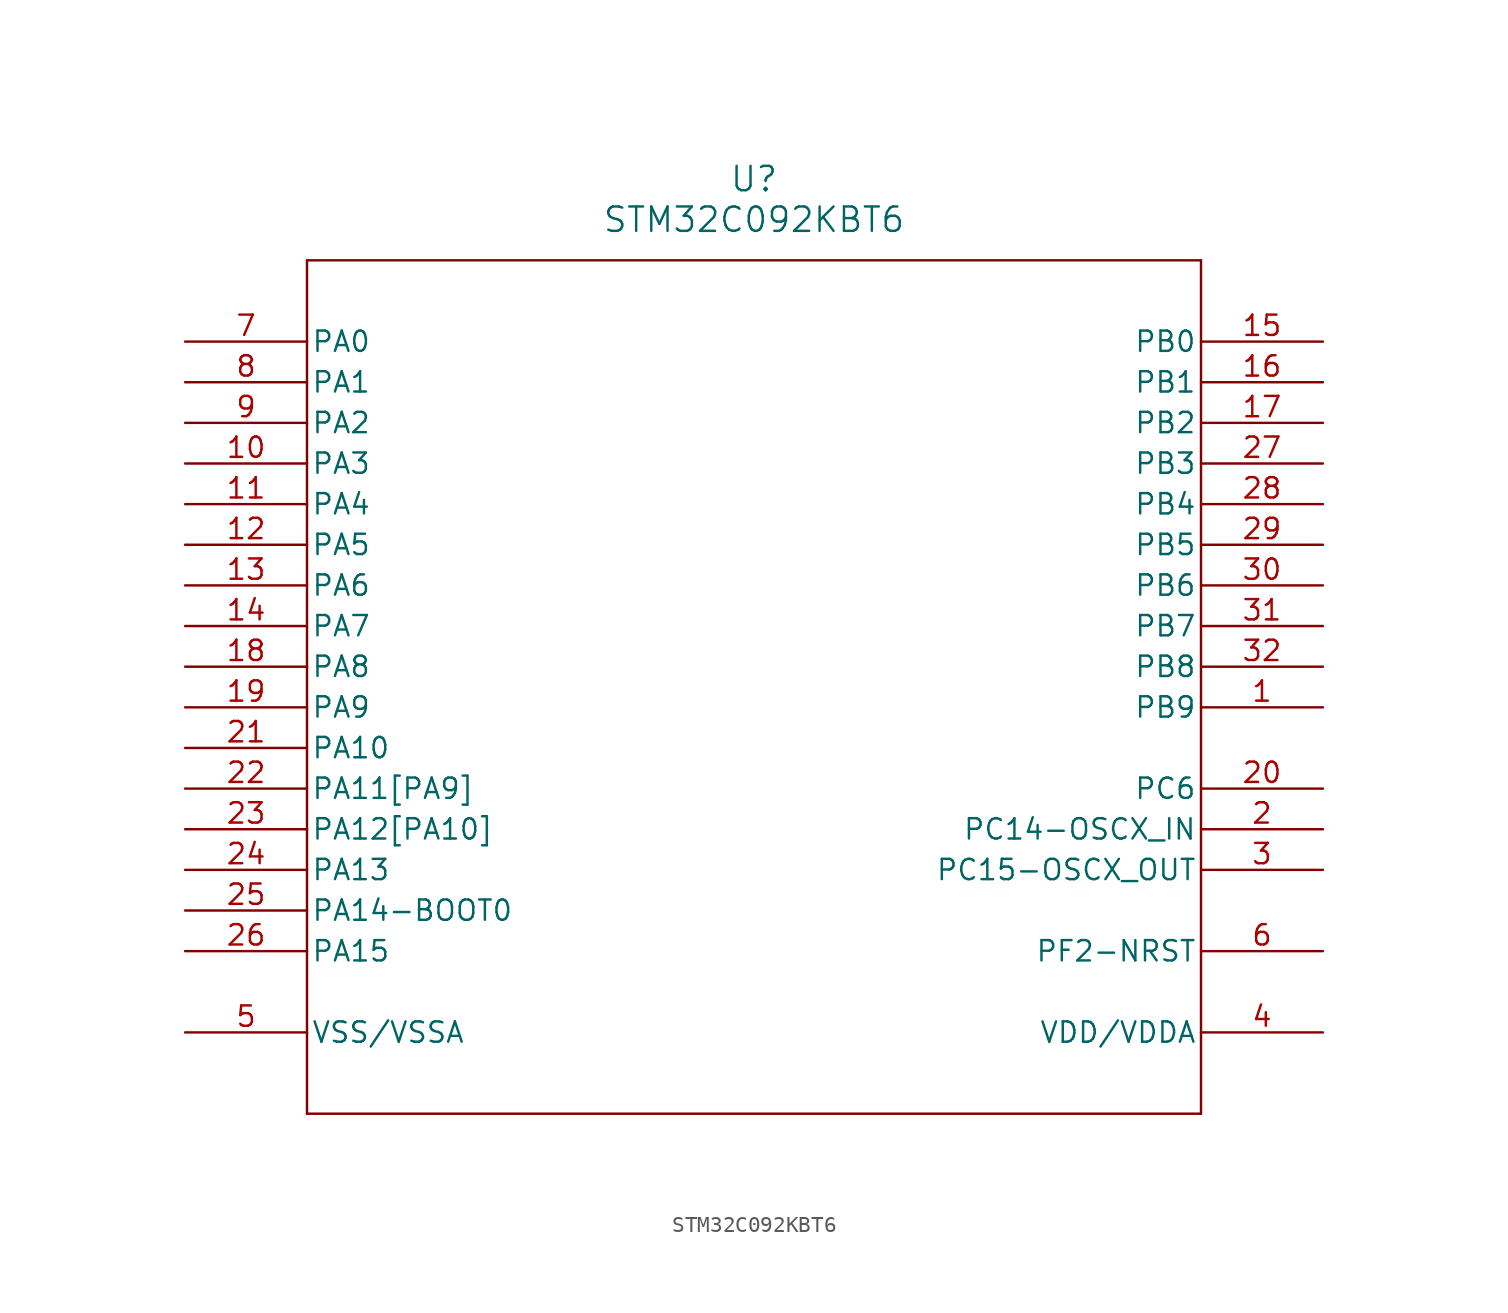
<source format=kicad_sym>
(kicad_symbol_lib
  (version 20211014)
  (generator kicad_symbol_editor)
  (symbol "STM32C092KBT6"
    (pin_names
      (offset 0.254))
    (property "Reference" "U"
      (at 35.56 10.16 0)
      (effects (font (size 1.524 1.524))))
    (property "Value" "STM32C092KBT6"
      (at 35.56 7.62 0)
      (effects (font (size 1.524 1.524))))
    (symbol "STM32C092KBT6_0_1"
      (polyline (pts (xy 7.62 5.08) (xy 7.62 -48.26)) (stroke (width 0) (type default) (color 0 0 0 0)) (fill (type none)))
      (polyline (pts (xy 7.62 -48.26) (xy 63.5 -48.26)) (stroke (width 0) (type default) (color 0 0 0 0)) (fill (type none)))
      (polyline (pts (xy 63.5 -48.26) (xy 63.5 5.08)) (stroke (width 0) (type default) (color 0 0 0 0)) (fill (type none)))
      (polyline (pts (xy 63.5 5.08) (xy 7.62 5.08)) (stroke (width 0) (type default) (color 0 0 0 0)) (fill (type none)))
      (pin bidirectional line (at 71.12 -22.86 180) (length 7.62) (name "PB9" (effects (font (size 1.27 1.27)))) (number "1" (effects (font (size 1.27 1.27)))))
      (pin bidirectional line (at 71.12 -30.48 180) (length 7.62) (name "PC14-OSCX_IN" (effects (font (size 1.27 1.27)))) (number "2" (effects (font (size 1.27 1.27)))))
      (pin bidirectional line (at 71.12 -33.02 180) (length 7.62) (name "PC15-OSCX_OUT" (effects (font (size 1.27 1.27)))) (number "3" (effects (font (size 1.27 1.27)))))
      (pin power_in line (at 71.12 -43.18 180) (length 7.62) (name "VDD/VDDA" (effects (font (size 1.27 1.27)))) (number "4" (effects (font (size 1.27 1.27)))))
      (pin power_in line (at 0 -43.18 0) (length 7.62) (name "VSS/VSSA" (effects (font (size 1.27 1.27)))) (number "5" (effects (font (size 1.27 1.27)))))
      (pin bidirectional line (at 71.12 -38.1 180) (length 7.62) (name "PF2-NRST" (effects (font (size 1.27 1.27)))) (number "6" (effects (font (size 1.27 1.27)))))
      (pin bidirectional line (at 0 0 0) (length 7.62) (name "PA0" (effects (font (size 1.27 1.27)))) (number "7" (effects (font (size 1.27 1.27)))))
      (pin bidirectional line (at 0 -2.54 0) (length 7.62) (name "PA1" (effects (font (size 1.27 1.27)))) (number "8" (effects (font (size 1.27 1.27)))))
      (pin bidirectional line (at 0 -5.08 0) (length 7.62) (name "PA2" (effects (font (size 1.27 1.27)))) (number "9" (effects (font (size 1.27 1.27)))))
      (pin bidirectional line (at 0 -7.62 0) (length 7.62) (name "PA3" (effects (font (size 1.27 1.27)))) (number "10" (effects (font (size 1.27 1.27)))))
      (pin bidirectional line (at 0 -10.16 0) (length 7.62) (name "PA4" (effects (font (size 1.27 1.27)))) (number "11" (effects (font (size 1.27 1.27)))))
      (pin bidirectional line (at 0 -12.7 0) (length 7.62) (name "PA5" (effects (font (size 1.27 1.27)))) (number "12" (effects (font (size 1.27 1.27)))))
      (pin bidirectional line (at 0 -15.24 0) (length 7.62) (name "PA6" (effects (font (size 1.27 1.27)))) (number "13" (effects (font (size 1.27 1.27)))))
      (pin bidirectional line (at 0 -17.78 0) (length 7.62) (name "PA7" (effects (font (size 1.27 1.27)))) (number "14" (effects (font (size 1.27 1.27)))))
      (pin bidirectional line (at 71.12 0 180) (length 7.62) (name "PB0" (effects (font (size 1.27 1.27)))) (number "15" (effects (font (size 1.27 1.27)))))
      (pin bidirectional line (at 71.12 -2.54 180) (length 7.62) (name "PB1" (effects (font (size 1.27 1.27)))) (number "16" (effects (font (size 1.27 1.27)))))
      (pin bidirectional line (at 71.12 -5.08 180) (length 7.62) (name "PB2" (effects (font (size 1.27 1.27)))) (number "17" (effects (font (size 1.27 1.27)))))
      (pin bidirectional line (at 0 -20.32 0) (length 7.62) (name "PA8" (effects (font (size 1.27 1.27)))) (number "18" (effects (font (size 1.27 1.27)))))
      (pin bidirectional line (at 0 -22.86 0) (length 7.62) (name "PA9" (effects (font (size 1.27 1.27)))) (number "19" (effects (font (size 1.27 1.27)))))
      (pin bidirectional line (at 71.12 -27.94 180) (length 7.62) (name "PC6" (effects (font (size 1.27 1.27)))) (number "20" (effects (font (size 1.27 1.27)))))
      (pin bidirectional line (at 0 -25.4 0) (length 7.62) (name "PA10" (effects (font (size 1.27 1.27)))) (number "21" (effects (font (size 1.27 1.27)))))
      (pin bidirectional line (at 0 -27.94 0) (length 7.62) (name "PA11[PA9]" (effects (font (size 1.27 1.27)))) (number "22" (effects (font (size 1.27 1.27)))))
      (pin bidirectional line (at 0 -30.48 0) (length 7.62) (name "PA12[PA10]" (effects (font (size 1.27 1.27)))) (number "23" (effects (font (size 1.27 1.27)))))
      (pin bidirectional line (at 0 -33.02 0) (length 7.62) (name "PA13" (effects (font (size 1.27 1.27)))) (number "24" (effects (font (size 1.27 1.27)))))
      (pin bidirectional line (at 0 -35.56 0) (length 7.62) (name "PA14-BOOT0" (effects (font (size 1.27 1.27)))) (number "25" (effects (font (size 1.27 1.27)))))
      (pin bidirectional line (at 0 -38.1 0) (length 7.62) (name "PA15" (effects (font (size 1.27 1.27)))) (number "26" (effects (font (size 1.27 1.27)))))
      (pin bidirectional line (at 71.12 -7.62 180) (length 7.62) (name "PB3" (effects (font (size 1.27 1.27)))) (number "27" (effects (font (size 1.27 1.27)))))
      (pin bidirectional line (at 71.12 -10.16 180) (length 7.62) (name "PB4" (effects (font (size 1.27 1.27)))) (number "28" (effects (font (size 1.27 1.27)))))
      (pin bidirectional line (at 71.12 -12.7 180) (length 7.62) (name "PB5" (effects (font (size 1.27 1.27)))) (number "29" (effects (font (size 1.27 1.27)))))
      (pin bidirectional line (at 71.12 -15.24 180) (length 7.62) (name "PB6" (effects (font (size 1.27 1.27)))) (number "30" (effects (font (size 1.27 1.27)))))
      (pin bidirectional line (at 71.12 -17.78 180) (length 7.62) (name "PB7" (effects (font (size 1.27 1.27)))) (number "31" (effects (font (size 1.27 1.27)))))
      (pin bidirectional line (at 71.12 -20.32 180) (length 7.62) (name "PB8" (effects (font (size 1.27 1.27)))) (number "32" (effects (font (size 1.27 1.27))))))))
</source>
